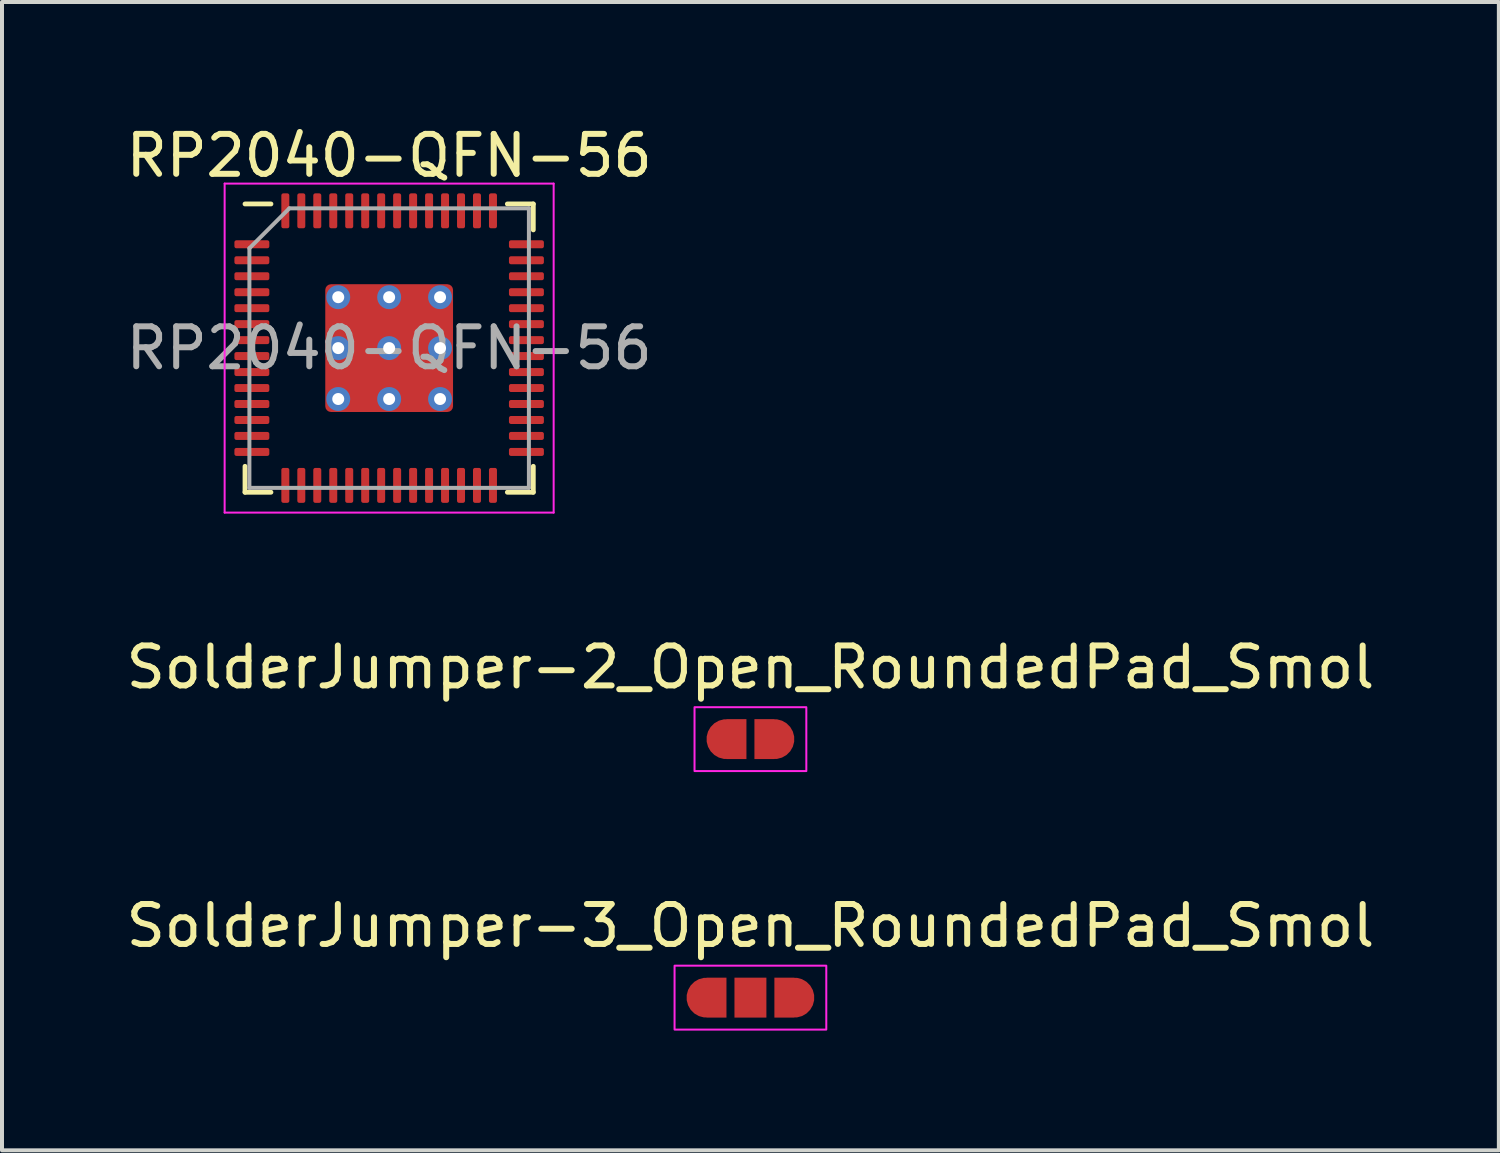
<source format=kicad_pcb>
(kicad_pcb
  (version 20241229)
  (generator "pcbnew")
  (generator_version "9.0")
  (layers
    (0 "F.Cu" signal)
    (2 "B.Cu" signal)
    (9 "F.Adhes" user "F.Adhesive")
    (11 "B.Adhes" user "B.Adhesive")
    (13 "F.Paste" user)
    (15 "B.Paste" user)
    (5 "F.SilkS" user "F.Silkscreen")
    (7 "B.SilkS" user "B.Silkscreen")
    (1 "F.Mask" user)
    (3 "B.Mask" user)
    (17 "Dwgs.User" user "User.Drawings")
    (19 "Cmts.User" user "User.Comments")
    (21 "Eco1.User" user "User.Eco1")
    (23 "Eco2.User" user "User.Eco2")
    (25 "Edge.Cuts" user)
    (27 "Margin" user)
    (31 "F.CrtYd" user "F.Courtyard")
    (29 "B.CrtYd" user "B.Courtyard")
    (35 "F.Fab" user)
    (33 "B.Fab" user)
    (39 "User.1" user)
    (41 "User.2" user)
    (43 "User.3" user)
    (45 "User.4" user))
  (footprint "SolderJumper-2_Open_RoundedPad_Smol"
    (layer "F.Cu")
    (at 15.744 15.461)
    (property "Reference" "SolderJumper-2_Open_RoundedPad_Smol" (at 0 -1.8 0) (layer "F.SilkS") (effects (font (size 1 1) (thickness 0.15))))
    (attr exclude_from_pos_files exclude_from_bom)
    (fp_rect (start -1.4 -0.8) (end 1.4 0.8) (stroke (width 0.05) (type default)) (fill no) (layer "F.CrtYd"))
    (pad "1" smd custom (at -0.55 0) (size 0.9 0.5) (layers "F.Cu" "F.Mask") (options (anchor rect)) (primitives (gr_poly (pts (xy 0.45 0.5) (xy -0.05 0.5) (xy -0.05 -0.5) (xy 0.45 -0.5)) (width 0) (fill yes)) (gr_circle (center -0.05 0) (end 0.45 0) (width 0) (fill yes))))
    (pad "2" smd custom (at 0.55 0) (size 0.9 0.5) (layers "F.Cu" "F.Mask") (options (anchor rect)) (primitives (gr_poly (pts (xy 0.05 0.5) (xy -0.45 0.5) (xy -0.45 -0.5) (xy 0.05 -0.5)) (width 0) (fill yes)) (gr_circle (center 0.05 0) (end 0.55 0) (width 0) (fill yes)))))
  (footprint "RP2040-QFN-56"
    (layer "F.Cu")
    (at 6.696 5.668)
    (property "Reference" "RP2040-QFN-56" (at 0 -4.82 0) (layer "F.SilkS") (effects (font (size 1 1) (thickness 0.15))))
    (attr smd)
    (fp_line (start -3.61 3.61) (end -3.61 2.96) (stroke (width 0.12) (type solid)) (layer "F.SilkS"))
    (fp_line (start -2.96 -3.61) (end -3.61 -3.61) (stroke (width 0.12) (type solid)) (layer "F.SilkS"))
    (fp_line (start -2.96 3.61) (end -3.61 3.61) (stroke (width 0.12) (type solid)) (layer "F.SilkS"))
    (fp_line (start 2.96 -3.61) (end 3.61 -3.61) (stroke (width 0.12) (type solid)) (layer "F.SilkS"))
    (fp_line (start 2.96 3.61) (end 3.61 3.61) (stroke (width 0.12) (type solid)) (layer "F.SilkS"))
    (fp_line (start 3.61 -3.61) (end 3.61 -2.96) (stroke (width 0.12) (type solid)) (layer "F.SilkS"))
    (fp_line (start 3.61 3.61) (end 3.61 2.96) (stroke (width 0.12) (type solid)) (layer "F.SilkS"))
    (fp_line (start -4.12 -4.12) (end -4.12 4.12) (stroke (width 0.05) (type solid)) (layer "F.CrtYd"))
    (fp_line (start -4.12 4.12) (end 4.12 4.12) (stroke (width 0.05) (type solid)) (layer "F.CrtYd"))
    (fp_line (start 4.12 -4.12) (end -4.12 -4.12) (stroke (width 0.05) (type solid)) (layer "F.CrtYd"))
    (fp_line (start 4.12 4.12) (end 4.12 -4.12) (stroke (width 0.05) (type solid)) (layer "F.CrtYd"))
    (fp_line (start -3.5 -2.5) (end -2.5 -3.5) (stroke (width 0.1) (type solid)) (layer "F.Fab"))
    (fp_line (start -3.5 3.5) (end -3.5 -2.5) (stroke (width 0.1) (type solid)) (layer "F.Fab"))
    (fp_line (start -2.5 -3.5) (end 3.5 -3.5) (stroke (width 0.1) (type solid)) (layer "F.Fab"))
    (fp_line (start 3.5 -3.5) (end 3.5 3.5) (stroke (width 0.1) (type solid)) (layer "F.Fab"))
    (fp_line (start 3.5 3.5) (end -3.5 3.5) (stroke (width 0.1) (type solid)) (layer "F.Fab"))
    (fp_text user "${REFERENCE}" (at 0 0 0) (layer "F.Fab") (effects (font (size 1 1) (thickness 0.15))))
    (pad "" smd roundrect (at -0.637 -0.637) (size 1.084 1.084) (layers "F.Paste") (roundrect_rratio 0.231))
    (pad "" smd roundrect (at -0.637 0.637) (size 1.084 1.084) (layers "F.Paste") (roundrect_rratio 0.231))
    (pad "" smd roundrect (at 0.637 -0.637) (size 1.084 1.084) (layers "F.Paste") (roundrect_rratio 0.231))
    (pad "" smd roundrect (at 0.637 0.637) (size 1.084 1.084) (layers "F.Paste") (roundrect_rratio 0.231))
    (pad "1" smd roundrect (at -3.438 -2.6) (size 0.875 0.2) (layers "F.Cu" "F.Mask" "F.Paste") (roundrect_rratio 0.25))
    (pad "2" smd roundrect (at -3.438 -2.2) (size 0.875 0.2) (layers "F.Cu" "F.Mask" "F.Paste") (roundrect_rratio 0.25))
    (pad "3" smd roundrect (at -3.438 -1.8) (size 0.875 0.2) (layers "F.Cu" "F.Mask" "F.Paste") (roundrect_rratio 0.25))
    (pad "4" smd roundrect (at -3.438 -1.4) (size 0.875 0.2) (layers "F.Cu" "F.Mask" "F.Paste") (roundrect_rratio 0.25))
    (pad "5" smd roundrect (at -3.438 -1) (size 0.875 0.2) (layers "F.Cu" "F.Mask" "F.Paste") (roundrect_rratio 0.25))
    (pad "6" smd roundrect (at -3.438 -0.6) (size 0.875 0.2) (layers "F.Cu" "F.Mask" "F.Paste") (roundrect_rratio 0.25))
    (pad "7" smd roundrect (at -3.438 -0.2) (size 0.875 0.2) (layers "F.Cu" "F.Mask" "F.Paste") (roundrect_rratio 0.25))
    (pad "8" smd roundrect (at -3.438 0.2) (size 0.875 0.2) (layers "F.Cu" "F.Mask" "F.Paste") (roundrect_rratio 0.25))
    (pad "9" smd roundrect (at -3.438 0.6) (size 0.875 0.2) (layers "F.Cu" "F.Mask" "F.Paste") (roundrect_rratio 0.25))
    (pad "10" smd roundrect (at -3.438 1) (size 0.875 0.2) (layers "F.Cu" "F.Mask" "F.Paste") (roundrect_rratio 0.25))
    (pad "11" smd roundrect (at -3.438 1.4) (size 0.875 0.2) (layers "F.Cu" "F.Mask" "F.Paste") (roundrect_rratio 0.25))
    (pad "12" smd roundrect (at -3.438 1.8) (size 0.875 0.2) (layers "F.Cu" "F.Mask" "F.Paste") (roundrect_rratio 0.25))
    (pad "13" smd roundrect (at -3.438 2.2) (size 0.875 0.2) (layers "F.Cu" "F.Mask" "F.Paste") (roundrect_rratio 0.25))
    (pad "14" smd roundrect (at -3.438 2.6) (size 0.875 0.2) (layers "F.Cu" "F.Mask" "F.Paste") (roundrect_rratio 0.25))
    (pad "15" smd roundrect (at -2.6 3.438) (size 0.2 0.875) (layers "F.Cu" "F.Mask" "F.Paste") (roundrect_rratio 0.25))
    (pad "16" smd roundrect (at -2.2 3.438) (size 0.2 0.875) (layers "F.Cu" "F.Mask" "F.Paste") (roundrect_rratio 0.25))
    (pad "17" smd roundrect (at -1.8 3.438) (size 0.2 0.875) (layers "F.Cu" "F.Mask" "F.Paste") (roundrect_rratio 0.25))
    (pad "18" smd roundrect (at -1.4 3.438) (size 0.2 0.875) (layers "F.Cu" "F.Mask" "F.Paste") (roundrect_rratio 0.25))
    (pad "19" smd roundrect (at -1 3.438) (size 0.2 0.875) (layers "F.Cu" "F.Mask" "F.Paste") (roundrect_rratio 0.25))
    (pad "20" smd roundrect (at -0.6 3.438) (size 0.2 0.875) (layers "F.Cu" "F.Mask" "F.Paste") (roundrect_rratio 0.25))
    (pad "21" smd roundrect (at -0.2 3.438) (size 0.2 0.875) (layers "F.Cu" "F.Mask" "F.Paste") (roundrect_rratio 0.25))
    (pad "22" smd roundrect (at 0.2 3.438) (size 0.2 0.875) (layers "F.Cu" "F.Mask" "F.Paste") (roundrect_rratio 0.25))
    (pad "23" smd roundrect (at 0.6 3.438) (size 0.2 0.875) (layers "F.Cu" "F.Mask" "F.Paste") (roundrect_rratio 0.25))
    (pad "24" smd roundrect (at 1 3.438) (size 0.2 0.875) (layers "F.Cu" "F.Mask" "F.Paste") (roundrect_rratio 0.25))
    (pad "25" smd roundrect (at 1.4 3.438) (size 0.2 0.875) (layers "F.Cu" "F.Mask" "F.Paste") (roundrect_rratio 0.25))
    (pad "26" smd roundrect (at 1.8 3.438) (size 0.2 0.875) (layers "F.Cu" "F.Mask" "F.Paste") (roundrect_rratio 0.25))
    (pad "27" smd roundrect (at 2.2 3.438) (size 0.2 0.875) (layers "F.Cu" "F.Mask" "F.Paste") (roundrect_rratio 0.25))
    (pad "28" smd roundrect (at 2.6 3.438) (size 0.2 0.875) (layers "F.Cu" "F.Mask" "F.Paste") (roundrect_rratio 0.25))
    (pad "29" smd roundrect (at 3.438 2.6) (size 0.875 0.2) (layers "F.Cu" "F.Mask" "F.Paste") (roundrect_rratio 0.25))
    (pad "30" smd roundrect (at 3.438 2.2) (size 0.875 0.2) (layers "F.Cu" "F.Mask" "F.Paste") (roundrect_rratio 0.25))
    (pad "31" smd roundrect (at 3.438 1.8) (size 0.875 0.2) (layers "F.Cu" "F.Mask" "F.Paste") (roundrect_rratio 0.25))
    (pad "32" smd roundrect (at 3.438 1.4) (size 0.875 0.2) (layers "F.Cu" "F.Mask" "F.Paste") (roundrect_rratio 0.25))
    (pad "33" smd roundrect (at 3.438 1) (size 0.875 0.2) (layers "F.Cu" "F.Mask" "F.Paste") (roundrect_rratio 0.25))
    (pad "34" smd roundrect (at 3.438 0.6) (size 0.875 0.2) (layers "F.Cu" "F.Mask" "F.Paste") (roundrect_rratio 0.25))
    (pad "35" smd roundrect (at 3.438 0.2) (size 0.875 0.2) (layers "F.Cu" "F.Mask" "F.Paste") (roundrect_rratio 0.25))
    (pad "36" smd roundrect (at 3.438 -0.2) (size 0.875 0.2) (layers "F.Cu" "F.Mask" "F.Paste") (roundrect_rratio 0.25))
    (pad "37" smd roundrect (at 3.438 -0.6) (size 0.875 0.2) (layers "F.Cu" "F.Mask" "F.Paste") (roundrect_rratio 0.25))
    (pad "38" smd roundrect (at 3.438 -1) (size 0.875 0.2) (layers "F.Cu" "F.Mask" "F.Paste") (roundrect_rratio 0.25))
    (pad "39" smd roundrect (at 3.438 -1.4) (size 0.875 0.2) (layers "F.Cu" "F.Mask" "F.Paste") (roundrect_rratio 0.25))
    (pad "40" smd roundrect (at 3.438 -1.8) (size 0.875 0.2) (layers "F.Cu" "F.Mask" "F.Paste") (roundrect_rratio 0.25))
    (pad "41" smd roundrect (at 3.438 -2.2) (size 0.875 0.2) (layers "F.Cu" "F.Mask" "F.Paste") (roundrect_rratio 0.25))
    (pad "42" smd roundrect (at 3.438 -2.6) (size 0.875 0.2) (layers "F.Cu" "F.Mask" "F.Paste") (roundrect_rratio 0.25))
    (pad "43" smd roundrect (at 2.6 -3.438) (size 0.2 0.875) (layers "F.Cu" "F.Mask" "F.Paste") (roundrect_rratio 0.25))
    (pad "44" smd roundrect (at 2.2 -3.438) (size 0.2 0.875) (layers "F.Cu" "F.Mask" "F.Paste") (roundrect_rratio 0.25))
    (pad "45" smd roundrect (at 1.8 -3.438) (size 0.2 0.875) (layers "F.Cu" "F.Mask" "F.Paste") (roundrect_rratio 0.25))
    (pad "46" smd roundrect (at 1.4 -3.438) (size 0.2 0.875) (layers "F.Cu" "F.Mask" "F.Paste") (roundrect_rratio 0.25))
    (pad "47" smd roundrect (at 1 -3.438) (size 0.2 0.875) (layers "F.Cu" "F.Mask" "F.Paste") (roundrect_rratio 0.25))
    (pad "48" smd roundrect (at 0.6 -3.438) (size 0.2 0.875) (layers "F.Cu" "F.Mask" "F.Paste") (roundrect_rratio 0.25))
    (pad "49" smd roundrect (at 0.2 -3.438) (size 0.2 0.875) (layers "F.Cu" "F.Mask" "F.Paste") (roundrect_rratio 0.25))
    (pad "50" smd roundrect (at -0.2 -3.438) (size 0.2 0.875) (layers "F.Cu" "F.Mask" "F.Paste") (roundrect_rratio 0.25))
    (pad "51" smd roundrect (at -0.6 -3.438) (size 0.2 0.875) (layers "F.Cu" "F.Mask" "F.Paste") (roundrect_rratio 0.25))
    (pad "52" smd roundrect (at -1 -3.438) (size 0.2 0.875) (layers "F.Cu" "F.Mask" "F.Paste") (roundrect_rratio 0.25))
    (pad "53" smd roundrect (at -1.4 -3.438) (size 0.2 0.875) (layers "F.Cu" "F.Mask" "F.Paste") (roundrect_rratio 0.25))
    (pad "54" smd roundrect (at -1.8 -3.438) (size 0.2 0.875) (layers "F.Cu" "F.Mask" "F.Paste") (roundrect_rratio 0.25))
    (pad "55" smd roundrect (at -2.2 -3.438) (size 0.2 0.875) (layers "F.Cu" "F.Mask" "F.Paste") (roundrect_rratio 0.25))
    (pad "56" smd roundrect (at -2.6 -3.438) (size 0.2 0.875) (layers "F.Cu" "F.Mask" "F.Paste") (roundrect_rratio 0.25))
    (pad "57" thru_hole circle (at -1.275 -1.275) (size 0.6 0.6) (drill 0.3) (layers "*.Cu"))
    (pad "57" thru_hole circle (at -1.275 0) (size 0.6 0.6) (drill 0.3) (layers "*.Cu"))
    (pad "57" thru_hole circle (at -1.275 1.275) (size 0.6 0.6) (drill 0.3) (layers "*.Cu"))
    (pad "57" thru_hole circle (at 0 -1.275) (size 0.6 0.6) (drill 0.3) (layers "*.Cu"))
    (pad "57" thru_hole circle (at 0 0) (size 0.6 0.6) (drill 0.3) (layers "*.Cu"))
    (pad "57" smd roundrect (at 0 0) (size 3.2 3.2) (layers "F.Cu" "F.Mask") (roundrect_rratio 0.045))
    (pad "57" thru_hole circle (at 0 1.275) (size 0.6 0.6) (drill 0.3) (layers "*.Cu"))
    (pad "57" thru_hole circle (at 1.275 -1.275) (size 0.6 0.6) (drill 0.3) (layers "*.Cu"))
    (pad "57" thru_hole circle (at 1.275 0) (size 0.6 0.6) (drill 0.3) (layers "*.Cu"))
    (pad "57" thru_hole circle (at 1.275 1.275) (size 0.6 0.6) (drill 0.3) (layers "*.Cu")))
  (footprint "SolderJumper-3_Open_RoundedPad_Smol"
    (layer "F.Cu")
    (at 15.744 21.935)
    (property "Reference" "SolderJumper-3_Open_RoundedPad_Smol" (at 0 -1.8 0) (layer "F.SilkS") (effects (font (size 1 1) (thickness 0.15))))
    (attr exclude_from_pos_files exclude_from_bom)
    (fp_rect (start -1.9 -0.8) (end 1.9 0.8) (stroke (width 0.05) (type default)) (fill no) (layer "F.CrtYd"))
    (pad "1" smd custom (at -1.05 0) (size 0.9 0.5) (layers "F.Cu" "F.Mask") (options (anchor rect)) (primitives (gr_poly (pts (xy 0.45 0.5) (xy -0.05 0.5) (xy -0.05 -0.5) (xy 0.45 -0.5)) (width 0) (fill yes)) (gr_circle (center -0.05 0) (end 0.45 0) (width 0) (fill yes))))
    (pad "2" smd rect (at 0 0.000001) (size 0.8 1) (layers "F.Cu" "F.Mask"))
    (pad "3" smd custom (at 1.05 0) (size 0.9 0.5) (layers "F.Cu" "F.Mask") (options (anchor rect)) (primitives (gr_poly (pts (xy 0.05 0.5) (xy -0.45 0.5) (xy -0.45 -0.5) (xy 0.05 -0.5)) (width 0) (fill yes)) (gr_circle (center 0.05 0) (end 0.55 0) (width 0) (fill yes)))))
  (gr_rect
    (start -3 -3)
    (end 34.488 25.76)
    (stroke (width 0.1) (type default))
    (fill no)
    (layer "Edge.Cuts")))
</source>
